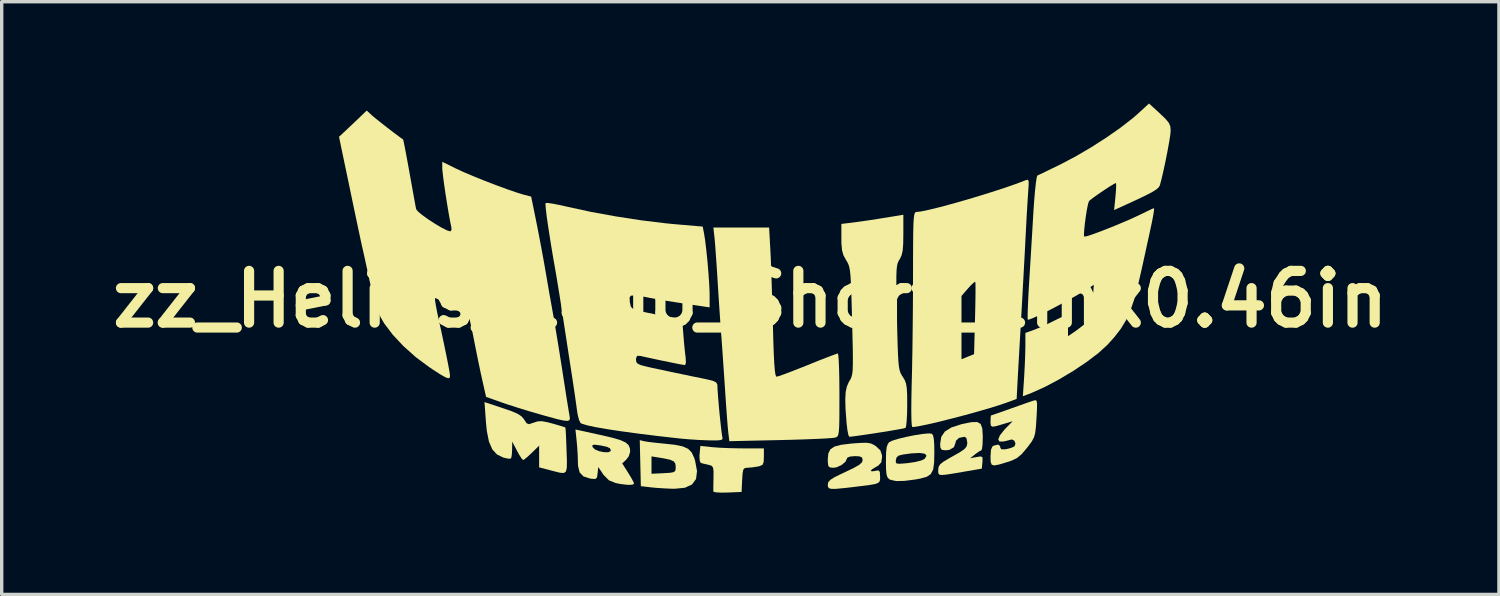
<source format=kicad_pcb>
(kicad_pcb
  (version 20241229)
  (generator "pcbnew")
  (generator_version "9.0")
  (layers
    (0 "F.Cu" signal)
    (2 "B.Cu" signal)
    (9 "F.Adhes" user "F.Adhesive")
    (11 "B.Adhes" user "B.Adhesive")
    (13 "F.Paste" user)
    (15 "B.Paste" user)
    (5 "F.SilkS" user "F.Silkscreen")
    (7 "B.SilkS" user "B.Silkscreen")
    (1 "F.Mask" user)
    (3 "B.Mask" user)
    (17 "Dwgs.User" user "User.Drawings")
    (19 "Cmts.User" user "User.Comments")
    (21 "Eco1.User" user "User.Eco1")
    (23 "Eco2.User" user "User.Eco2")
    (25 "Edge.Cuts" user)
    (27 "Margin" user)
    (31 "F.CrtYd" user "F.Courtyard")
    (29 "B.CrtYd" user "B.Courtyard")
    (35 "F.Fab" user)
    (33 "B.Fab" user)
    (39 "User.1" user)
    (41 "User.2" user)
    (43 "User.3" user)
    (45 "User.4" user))
  (footprint "zz_Helios_Logo_Short_1inx0.46in"
    (layer "F.Cu")
    (at 19.057 5.766)
    (property "Reference" "zz_Helios_Logo_Short_1inx0.46in" (at 0 0 0) (layer "F.SilkS") (effects (font (size 1.524 1.524) (thickness 0.3))))
    (attr board_only exclude_from_pos_files exclude_from_bom)
    (fp_poly (pts (xy -1.126 4.359) (xy -0.914 4.375) (xy -0.634 4.387) (xy -0.333 4.394) (xy -0.191 4.395) (xy 0.4 4.395) (xy 0.4 4.645) (xy 0.393 4.802) (xy 0.358 4.881) (xy 0.271 4.919) (xy 0.221 4.93) (xy 0.048 4.956) (xy -0.09 4.966) (xy -0.163 4.975) (xy -0.205 5.02) (xy -0.227 5.127) (xy -0.24 5.323) (xy -0.257 5.679) (xy -0.671 5.696) (xy -0.872 5.699) (xy -1.021 5.689) (xy -1.088 5.671) (xy -1.089 5.668) (xy -1.09 5.59) (xy -1.088 5.435) (xy -1.085 5.268) (xy -1.083 5.073) (xy -1.097 4.963) (xy -1.138 4.909) (xy -1.217 4.882) (xy -1.238 4.878) (xy -1.375 4.846) (xy -1.458 4.825) (xy -1.49 4.762) (xy -1.498 4.622) (xy -1.494 4.565) (xy -1.471 4.323)) (stroke (width 0) (type solid)) (fill yes) (layer "F.SilkS"))
    (fp_poly (pts (xy -3.127 4.184) (xy -3.009 4.204) (xy -2.815 4.227) (xy -2.584 4.251) (xy -2.54 4.255) (xy -2.217 4.29) (xy -1.988 4.338) (xy -1.831 4.409) (xy -1.727 4.516) (xy -1.655 4.67) (xy -1.627 4.757) (xy -1.57 5.063) (xy -1.599 5.297) (xy -1.718 5.459) (xy -1.927 5.555) (xy -2.231 5.585) (xy -2.277 5.585) (xy -2.53 5.574) (xy -2.788 5.557) (xy -2.94 5.542) (xy -3.225 5.508) (xy -3.241 4.831) (xy -3.246 4.631) (xy -2.911 4.631) (xy -2.911 5.143) (xy -2.554 5.126) (xy -2.36 5.114) (xy -2.253 5.093) (xy -2.208 5.051) (xy -2.198 4.972) (xy -2.198 4.941) (xy -2.208 4.845) (xy -2.253 4.78) (xy -2.355 4.732) (xy -2.535 4.692) (xy -2.697 4.665) (xy -2.911 4.631) (xy -3.246 4.631) (xy -3.257 4.153)) (stroke (width 0) (type solid)) (fill yes) (layer "F.SilkS"))
    (fp_poly (pts (xy 5.343 3.961) (xy 5.383 4.007) (xy 5.407 4.117) (xy 5.42 4.311) (xy 5.422 4.527) (xy 5.416 4.821) (xy 5.386 5.023) (xy 5.317 5.153) (xy 5.195 5.234) (xy 5.004 5.286) (xy 4.874 5.31) (xy 4.542 5.353) (xy 4.301 5.358) (xy 4.136 5.323) (xy 4.095 5.304) (xy 4.045 5.255) (xy 4.014 5.164) (xy 3.999 5.007) (xy 3.996 4.801) (xy 4.285 4.801) (xy 4.309 4.839) (xy 4.388 4.849) (xy 4.544 4.838) (xy 4.661 4.826) (xy 4.871 4.794) (xy 5.042 4.75) (xy 5.135 4.705) (xy 5.193 4.612) (xy 5.145 4.554) (xy 4.996 4.53) (xy 4.749 4.542) (xy 4.702 4.548) (xy 4.493 4.577) (xy 4.372 4.608) (xy 4.314 4.654) (xy 4.291 4.725) (xy 4.29 4.73) (xy 4.285 4.801) (xy 3.996 4.801) (xy 3.996 4.772) (xy 4 4.522) (xy 4.018 4.36) (xy 4.054 4.261) (xy 4.095 4.211) (xy 4.194 4.164) (xy 4.372 4.11) (xy 4.598 4.056) (xy 4.841 4.007) (xy 5.067 3.971) (xy 5.246 3.954)) (stroke (width 0) (type solid)) (fill yes) (layer "F.SilkS"))
    (fp_poly (pts (xy -7.294 3.209) (xy -7.03 3.301) (xy -6.853 3.377) (xy -6.742 3.451) (xy -6.671 3.533) (xy -6.662 3.549) (xy -6.591 3.655) (xy -6.52 3.682) (xy -6.4 3.643) (xy -6.383 3.637) (xy -6.264 3.599) (xy -6.142 3.594) (xy -5.979 3.624) (xy -5.83 3.663) (xy -5.643 3.716) (xy -5.505 3.759) (xy -5.449 3.78) (xy -5.442 3.84) (xy -5.432 3.991) (xy -5.423 4.21) (xy -5.414 4.466) (xy -5.404 4.762) (xy -5.406 4.96) (xy -5.431 5.074) (xy -5.493 5.12) (xy -5.605 5.113) (xy -5.78 5.07) (xy -5.893 5.04) (xy -6.222 4.954) (xy -6.222 4.315) (xy -6.438 4.526) (xy -6.566 4.645) (xy -6.662 4.722) (xy -6.694 4.738) (xy -6.74 4.691) (xy -6.816 4.572) (xy -6.874 4.466) (xy -7.015 4.195) (xy -7.018 4.428) (xy -7.027 4.582) (xy -7.045 4.681) (xy -7.052 4.693) (xy -7.123 4.699) (xy -7.254 4.672) (xy -7.279 4.665) (xy -7.465 4.574) (xy -7.603 4.422) (xy -7.701 4.194) (xy -7.764 3.878) (xy -7.79 3.611) (xy -7.832 3.031)) (stroke (width 0) (type solid)) (fill yes) (layer "F.SilkS"))
    (fp_poly (pts (xy -4.419 3.999) (xy -4.082 4.077) (xy -3.842 4.146) (xy -3.684 4.215) (xy -3.591 4.293) (xy -3.548 4.389) (xy -3.539 4.489) (xy -3.579 4.625) (xy -3.656 4.728) (xy -3.774 4.838) (xy -3.599 5.113) (xy -3.504 5.27) (xy -3.441 5.389) (xy -3.425 5.434) (xy -3.476 5.466) (xy -3.614 5.47) (xy -3.815 5.446) (xy -3.967 5.416) (xy -4.164 5.337) (xy -4.316 5.184) (xy -4.338 5.154) (xy -4.481 4.944) (xy -4.499 5.132) (xy -4.518 5.253) (xy -4.567 5.298) (xy -4.681 5.29) (xy -4.727 5.282) (xy -4.917 5.22) (xy -5.028 5.105) (xy -5.075 4.915) (xy -5.08 4.792) (xy -5.086 4.579) (xy -5.103 4.325) (xy -5.105 4.3) (xy -4.653 4.3) (xy -4.649 4.353) (xy -4.648 4.356) (xy -4.579 4.425) (xy -4.453 4.478) (xy -4.309 4.508) (xy -4.183 4.509) (xy -4.114 4.474) (xy -4.11 4.456) (xy -4.133 4.395) (xy -4.218 4.351) (xy -4.388 4.313) (xy -4.444 4.304) (xy -4.592 4.286) (xy -4.653 4.3) (xy -5.105 4.3) (xy -5.116 4.183) (xy -5.152 3.839)) (stroke (width 0) (type solid)) (fill yes) (layer "F.SilkS"))
    (fp_poly (pts (xy 6.786 3.674) (xy 6.835 3.805) (xy 6.849 4.022) (xy 6.849 4.088) (xy 6.843 4.275) (xy 6.827 4.407) (xy 6.807 4.453) (xy 6.737 4.487) (xy 6.626 4.567) (xy 6.621 4.571) (xy 6.478 4.687) (xy 6.668 4.65) (xy 6.795 4.631) (xy 6.843 4.665) (xy 6.841 4.778) (xy 6.839 4.802) (xy 6.821 4.992) (xy 6.25 5.09) (xy 5.956 5.14) (xy 5.756 5.17) (xy 5.632 5.18) (xy 5.567 5.167) (xy 5.541 5.129) (xy 5.536 5.066) (xy 5.537 5.028) (xy 5.547 4.941) (xy 5.592 4.866) (xy 5.691 4.786) (xy 5.865 4.683) (xy 5.965 4.627) (xy 6.175 4.508) (xy 6.303 4.421) (xy 6.368 4.347) (xy 6.391 4.267) (xy 6.393 4.222) (xy 6.368 4.09) (xy 6.312 4.053) (xy 6.15 4.085) (xy 6.06 4.17) (xy 6.05 4.219) (xy 6.001 4.359) (xy 5.865 4.439) (xy 5.754 4.452) (xy 5.644 4.439) (xy 5.601 4.376) (xy 5.594 4.26) (xy 5.627 4.054) (xy 5.734 3.897) (xy 5.929 3.777) (xy 6.223 3.682) (xy 6.247 3.677) (xy 6.51 3.623) (xy 6.684 3.618)) (stroke (width 0) (type solid)) (fill yes) (layer "F.SilkS"))
    (fp_poly (pts (xy 3.555 4.251) (xy 3.648 4.296) (xy 3.705 4.334) (xy 3.832 4.454) (xy 3.879 4.594) (xy 3.881 4.654) (xy 3.859 4.806) (xy 3.772 4.902) (xy 3.71 4.937) (xy 3.58 5.016) (xy 3.546 5.064) (xy 3.609 5.071) (xy 3.682 5.057) (xy 3.777 5.043) (xy 3.816 5.088) (xy 3.824 5.219) (xy 3.824 5.221) (xy 3.824 5.308) (xy 3.81 5.37) (xy 3.765 5.413) (xy 3.673 5.446) (xy 3.514 5.474) (xy 3.272 5.505) (xy 3.047 5.532) (xy 2.74 5.567) (xy 2.529 5.587) (xy 2.395 5.589) (xy 2.322 5.571) (xy 2.29 5.533) (xy 2.283 5.471) (xy 2.283 5.46) (xy 2.298 5.39) (xy 2.355 5.325) (xy 2.473 5.249) (xy 2.67 5.151) (xy 2.797 5.092) (xy 3.044 4.974) (xy 3.201 4.885) (xy 3.285 4.812) (xy 3.31 4.746) (xy 3.311 4.741) (xy 3.292 4.664) (xy 3.218 4.63) (xy 3.082 4.623) (xy 2.939 4.636) (xy 2.86 4.668) (xy 2.854 4.68) (xy 2.805 4.787) (xy 2.685 4.888) (xy 2.535 4.955) (xy 2.454 4.966) (xy 2.349 4.958) (xy 2.299 4.915) (xy 2.284 4.805) (xy 2.283 4.71) (xy 2.299 4.543) (xy 2.358 4.424) (xy 2.477 4.343) (xy 2.673 4.29) (xy 2.962 4.255) (xy 3.034 4.248) (xy 3.28 4.232) (xy 3.443 4.231)) (stroke (width 0) (type solid)) (fill yes) (layer "F.SilkS"))
    (fp_poly (pts (xy 8.436 2.999) (xy 8.449 3.075) (xy 8.447 3.223) (xy 8.435 3.462) (xy 8.432 3.508) (xy 8.415 3.766) (xy 8.393 3.944) (xy 8.357 4.074) (xy 8.294 4.19) (xy 8.195 4.325) (xy 8.152 4.38) (xy 7.999 4.561) (xy 7.863 4.676) (xy 7.701 4.755) (xy 7.563 4.801) (xy 7.332 4.87) (xy 7.189 4.898) (xy 7.114 4.876) (xy 7.083 4.799) (xy 7.078 4.657) (xy 7.078 4.629) (xy 7.091 4.438) (xy 7.134 4.338) (xy 7.168 4.316) (xy 7.301 4.283) (xy 7.358 4.324) (xy 7.363 4.365) (xy 7.392 4.42) (xy 7.493 4.424) (xy 7.549 4.415) (xy 7.692 4.378) (xy 7.783 4.336) (xy 7.785 4.334) (xy 7.813 4.253) (xy 7.779 4.167) (xy 7.707 4.132) (xy 7.694 4.134) (xy 7.585 4.163) (xy 7.463 4.192) (xy 7.341 4.193) (xy 7.306 4.129) (xy 7.355 4.01) (xy 7.487 3.844) (xy 7.518 3.811) (xy 7.731 3.594) (xy 7.447 3.68) (xy 7.252 3.737) (xy 7.141 3.757) (xy 7.091 3.732) (xy 7.078 3.659) (xy 7.078 3.596) (xy 7.082 3.476) (xy 7.092 3.425) (xy 7.093 3.425) (xy 7.149 3.407) (xy 7.29 3.358) (xy 7.493 3.287) (xy 7.678 3.221) (xy 7.925 3.133) (xy 8.141 3.057) (xy 8.297 3.003) (xy 8.357 2.984) (xy 8.406 2.975)) (stroke (width 0) (type solid)) (fill yes) (layer "F.SilkS"))
    (fp_poly (pts (xy 0.59 -1.47) (xy 0.602 -1.233) (xy 0.615 -0.907) (xy 0.628 -0.514) (xy 0.642 -0.078) (xy 0.655 0.376) (xy 0.665 0.728) (xy 0.678 1.217) (xy 0.691 1.6) (xy 0.706 1.889) (xy 0.722 2.092) (xy 0.74 2.218) (xy 0.762 2.276) (xy 0.774 2.283) (xy 0.848 2.263) (xy 1.009 2.206) (xy 1.236 2.12) (xy 1.509 2.013) (xy 1.689 1.941) (xy 1.978 1.824) (xy 2.231 1.725) (xy 2.428 1.65) (xy 2.549 1.606) (xy 2.579 1.598) (xy 2.593 1.653) (xy 2.605 1.804) (xy 2.615 2.038) (xy 2.622 2.335) (xy 2.625 2.681) (xy 2.626 2.819) (xy 2.625 3.221) (xy 2.624 3.524) (xy 2.619 3.743) (xy 2.609 3.891) (xy 2.594 3.984) (xy 2.571 4.037) (xy 2.539 4.063) (xy 2.497 4.078) (xy 2.407 4.09) (xy 2.219 4.103) (xy 1.951 4.116) (xy 1.618 4.129) (xy 1.238 4.141) (xy 0.875 4.15) (xy -0.618 4.183) (xy -0.648 3.932) (xy -0.662 3.792) (xy -0.681 3.562) (xy -0.703 3.269) (xy -0.726 2.936) (xy -0.743 2.683) (xy -0.769 2.293) (xy -0.797 1.885) (xy -0.824 1.494) (xy -0.848 1.16) (xy -0.858 1.027) (xy -0.88 0.732) (xy -0.905 0.362) (xy -0.932 -0.043) (xy -0.958 -0.442) (xy -0.967 -0.599) (xy -0.989 -0.943) (xy -1.012 -1.268) (xy -1.032 -1.548) (xy -1.049 -1.756) (xy -1.058 -1.841) (xy -1.088 -2.112) (xy 0.554 -2.112)) (stroke (width 0) (type solid)) (fill yes) (layer "F.SilkS"))
    (fp_poly (pts (xy 4.509 -1.915) (xy 4.505 -1.633) (xy 4.49 -1.438) (xy 4.46 -1.301) (xy 4.412 -1.196) (xy 4.397 -1.173) (xy 4.364 -1.117) (xy 4.339 -1.053) (xy 4.321 -0.968) (xy 4.309 -0.845) (xy 4.303 -0.673) (xy 4.303 -0.436) (xy 4.307 -0.121) (xy 4.315 0.288) (xy 4.321 0.54) (xy 4.331 1) (xy 4.341 1.361) (xy 4.352 1.637) (xy 4.364 1.841) (xy 4.379 1.989) (xy 4.4 2.095) (xy 4.426 2.173) (xy 4.46 2.237) (xy 4.489 2.282) (xy 4.549 2.381) (xy 4.588 2.484) (xy 4.61 2.618) (xy 4.621 2.811) (xy 4.623 3.088) (xy 4.623 3.121) (xy 4.619 3.379) (xy 4.607 3.594) (xy 4.59 3.74) (xy 4.572 3.792) (xy 4.505 3.809) (xy 4.35 3.838) (xy 4.132 3.875) (xy 3.876 3.917) (xy 3.608 3.959) (xy 3.352 3.997) (xy 3.133 4.028) (xy 2.977 4.048) (xy 2.916 4.053) (xy 2.89 4) (xy 2.862 3.861) (xy 2.838 3.664) (xy 2.834 3.616) (xy 2.806 3.238) (xy 2.798 2.953) (xy 2.81 2.739) (xy 2.844 2.576) (xy 2.901 2.444) (xy 2.918 2.414) (xy 2.954 2.353) (xy 2.982 2.289) (xy 3.002 2.209) (xy 3.015 2.099) (xy 3.021 1.943) (xy 3.022 1.729) (xy 3.019 1.442) (xy 3.01 1.068) (xy 2.999 0.638) (xy 2.987 0.171) (xy 2.976 -0.195) (xy 2.965 -0.476) (xy 2.952 -0.686) (xy 2.937 -0.838) (xy 2.916 -0.948) (xy 2.89 -1.029) (xy 2.857 -1.096) (xy 2.821 -1.155) (xy 2.745 -1.293) (xy 2.703 -1.44) (xy 2.685 -1.635) (xy 2.683 -1.793) (xy 2.683 -2.218) (xy 3.011 -2.258) (xy 3.214 -2.285) (xy 3.486 -2.324) (xy 3.78 -2.37) (xy 3.924 -2.393) (xy 4.509 -2.489)) (stroke (width 0) (type solid)) (fill yes) (layer "F.SilkS"))
    (fp_poly (pts (xy 8.2 -3.483) (xy 8.202 -3.373) (xy 8.191 -3.217) (xy 8.18 -3.055) (xy 8.164 -2.804) (xy 8.145 -2.486) (xy 8.126 -2.126) (xy 8.106 -1.748) (xy 8.104 -1.712) (xy 8.083 -1.299) (xy 8.056 -0.808) (xy 8.027 -0.276) (xy 7.997 0.26) (xy 7.969 0.764) (xy 7.96 0.913) (xy 7.936 1.327) (xy 7.914 1.717) (xy 7.894 2.066) (xy 7.878 2.354) (xy 7.867 2.562) (xy 7.862 2.653) (xy 7.848 2.937) (xy 7.563 3.043) (xy 7.331 3.122) (xy 7.034 3.214) (xy 6.691 3.313) (xy 6.323 3.415) (xy 5.951 3.512) (xy 5.596 3.602) (xy 5.277 3.676) (xy 5.016 3.732) (xy 4.832 3.763) (xy 4.774 3.767) (xy 4.757 3.711) (xy 4.747 3.549) (xy 4.743 3.287) (xy 4.746 2.932) (xy 4.755 2.493) (xy 4.757 2.44) (xy 4.767 2.026) (xy 4.771 1.77) (xy 6.222 1.77) (xy 6.407 1.694) (xy 6.593 1.619) (xy 6.621 0.567) (xy 6.629 0.232) (xy 6.634 -0.062) (xy 6.636 -0.296) (xy 6.634 -0.453) (xy 6.63 -0.514) (xy 6.585 -0.491) (xy 6.492 -0.402) (xy 6.416 -0.319) (xy 6.222 -0.095) (xy 6.222 1.77) (xy 4.771 1.77) (xy 4.776 1.528) (xy 4.783 0.975) (xy 4.789 0.399) (xy 4.793 -0.171) (xy 4.794 -0.704) (xy 4.794 -0.728) (xy 4.795 -1.237) (xy 4.797 -1.644) (xy 4.8 -1.96) (xy 4.806 -2.195) (xy 4.815 -2.362) (xy 4.828 -2.471) (xy 4.845 -2.534) (xy 4.866 -2.563) (xy 4.887 -2.569) (xy 5.031 -2.586) (xy 5.264 -2.635) (xy 5.568 -2.709) (xy 5.923 -2.804) (xy 6.311 -2.914) (xy 6.712 -3.033) (xy 7.108 -3.156) (xy 7.48 -3.277) (xy 7.809 -3.391) (xy 8.077 -3.492) (xy 8.119 -3.509) (xy 8.174 -3.521)) (stroke (width 0) (type solid)) (fill yes) (layer "F.SilkS"))
    (fp_poly (pts (xy -5.812 -2.813) (xy -5.596 -2.771) (xy -5.363 -2.718) (xy -4.694 -2.573) (xy -3.962 -2.44) (xy -3.216 -2.325) (xy -2.506 -2.238) (xy -2.219 -2.21) (xy -1.403 -2.14) (xy -1.363 -1.94) (xy -1.331 -1.736) (xy -1.297 -1.451) (xy -1.263 -1.122) (xy -1.234 -0.78) (xy -1.212 -0.462) (xy -1.2 -0.201) (xy -1.199 -0.12) (xy -1.199 0.241) (xy -1.384 0.213) (xy -1.518 0.193) (xy -1.731 0.161) (xy -1.991 0.122) (xy -2.186 0.092) (xy -2.467 0.048) (xy -2.733 0.003) (xy -2.946 -0.036) (xy -3.042 -0.056) (xy -3.23 -0.092) (xy -3.397 -0.112) (xy -3.428 -0.113) (xy -3.524 -0.102) (xy -3.557 -0.045) (xy -3.55 0.085) (xy -3.519 0.222) (xy -3.446 0.294) (xy -3.319 0.334) (xy -3.064 0.391) (xy -2.767 0.452) (xy -2.477 0.508) (xy -2.242 0.549) (xy -2.217 0.553) (xy -2.008 0.584) (xy -1.972 1.048) (xy -1.951 1.3) (xy -1.928 1.535) (xy -1.907 1.709) (xy -1.905 1.727) (xy -1.897 1.868) (xy -1.92 1.938) (xy -1.929 1.941) (xy -2.003 1.929) (xy -2.163 1.899) (xy -2.384 1.854) (xy -2.642 1.801) (xy -2.91 1.744) (xy -3.164 1.688) (xy -3.239 1.671) (xy -3.336 1.669) (xy -3.367 1.744) (xy -3.368 1.781) (xy -3.358 1.852) (xy -3.314 1.903) (xy -3.212 1.946) (xy -3.03 1.992) (xy -2.925 2.016) (xy -2.36 2.137) (xy -1.757 2.263) (xy -1.299 2.357) (xy -1.109 2.402) (xy -1.008 2.45) (xy -0.972 2.512) (xy -0.97 2.539) (xy -0.964 2.674) (xy -0.949 2.882) (xy -0.928 3.134) (xy -0.903 3.402) (xy -0.876 3.658) (xy -0.852 3.874) (xy -0.832 4.022) (xy -0.823 4.067) (xy -0.818 4.118) (xy -0.859 4.147) (xy -0.966 4.16) (xy -1.162 4.16) (xy -1.209 4.159) (xy -1.496 4.148) (xy -1.818 4.127) (xy -2.055 4.106) (xy -2.691 4.035) (xy -3.267 3.964) (xy -3.776 3.895) (xy -4.208 3.83) (xy -4.556 3.77) (xy -4.811 3.715) (xy -4.965 3.668) (xy -4.999 3.649) (xy -5.044 3.564) (xy -5.085 3.408) (xy -5.103 3.295) (xy -5.127 3.12) (xy -5.163 2.866) (xy -5.207 2.569) (xy -5.25 2.283) (xy -5.299 1.966) (xy -5.359 1.578) (xy -5.423 1.16) (xy -5.486 0.752) (xy -5.509 0.599) (xy -5.565 0.238) (xy -5.622 -0.124) (xy -5.676 -0.453) (xy -5.72 -0.719) (xy -5.739 -0.828) (xy -5.822 -1.303) (xy -5.893 -1.737) (xy -5.952 -2.115) (xy -5.997 -2.426) (xy -6.025 -2.658) (xy -6.035 -2.798) (xy -6.031 -2.835) (xy -5.965 -2.836)) (stroke (width 0) (type solid)) (fill yes) (layer "F.SilkS"))
    (fp_poly (pts (xy -11.145 -5.414) (xy -11.044 -5.329) (xy -10.882 -5.2) (xy -10.689 -5.049) (xy -10.494 -4.9) (xy -10.328 -4.776) (xy -10.23 -4.707) (xy -10.215 -4.65) (xy -10.185 -4.5) (xy -10.141 -4.273) (xy -10.089 -3.99) (xy -10.042 -3.732) (xy -9.984 -3.407) (xy -9.931 -3.114) (xy -9.888 -2.876) (xy -9.858 -2.713) (xy -9.846 -2.653) (xy -9.791 -2.583) (xy -9.661 -2.476) (xy -9.484 -2.349) (xy -9.287 -2.221) (xy -9.095 -2.108) (xy -8.936 -2.028) (xy -8.838 -1.998) (xy -8.803 -2.044) (xy -8.809 -2.126) (xy -8.844 -2.29) (xy -8.887 -2.526) (xy -8.933 -2.805) (xy -8.98 -3.1) (xy -9.021 -3.382) (xy -9.053 -3.624) (xy -9.072 -3.798) (xy -9.076 -3.856) (xy -9.076 -4.049) (xy -8.69 -3.858) (xy -8.461 -3.752) (xy -8.162 -3.625) (xy -7.823 -3.488) (xy -7.474 -3.354) (xy -7.145 -3.233) (xy -6.866 -3.138) (xy -6.696 -3.086) (xy -6.457 -3.023) (xy -6.372 -2.61) (xy -6.275 -2.129) (xy -6.177 -1.62) (xy -6.087 -1.132) (xy -6.019 -0.742) (xy -5.972 -0.466) (xy -5.916 -0.145) (xy -5.862 0.155) (xy -5.859 0.171) (xy -5.765 0.703) (xy -5.664 1.312) (xy -5.553 2.01) (xy -5.476 2.505) (xy -5.43 2.803) (xy -5.387 3.072) (xy -5.352 3.287) (xy -5.329 3.42) (xy -5.327 3.433) (xy -5.316 3.512) (xy -5.329 3.563) (xy -5.382 3.585) (xy -5.489 3.577) (xy -5.665 3.539) (xy -5.924 3.47) (xy -6.193 3.394) (xy -6.513 3.301) (xy -6.845 3.199) (xy -7.146 3.102) (xy -7.331 3.039) (xy -7.785 2.878) (xy -7.888 2.423) (xy -7.942 2.178) (xy -8.008 1.864) (xy -8.077 1.526) (xy -8.128 1.267) (xy -8.181 0.998) (xy -8.229 0.773) (xy -8.266 0.613) (xy -8.288 0.541) (xy -8.289 0.539) (xy -8.364 0.484) (xy -8.504 0.395) (xy -8.683 0.288) (xy -8.876 0.176) (xy -9.057 0.076) (xy -9.2 0.001) (xy -9.281 -0.034) (xy -9.289 -0.034) (xy -9.289 0.03) (xy -9.266 0.179) (xy -9.226 0.39) (xy -9.191 0.553) (xy -9.103 0.953) (xy -9.023 1.329) (xy -8.954 1.664) (xy -8.899 1.941) (xy -8.862 2.143) (xy -8.847 2.254) (xy -8.847 2.26) (xy -8.858 2.315) (xy -8.9 2.33) (xy -8.987 2.298) (xy -9.133 2.215) (xy -9.352 2.074) (xy -9.462 2) (xy -9.851 1.711) (xy -10.216 1.386) (xy -10.534 1.047) (xy -10.784 0.717) (xy -10.895 0.528) (xy -10.981 0.32) (xy -11.073 0.034) (xy -11.161 -0.296) (xy -11.211 -0.514) (xy -11.274 -0.809) (xy -11.334 -1.084) (xy -11.383 -1.31) (xy -11.416 -1.455) (xy -11.416 -1.456) (xy -11.437 -1.547) (xy -11.468 -1.687) (xy -11.51 -1.884) (xy -11.566 -2.147) (xy -11.637 -2.483) (xy -11.725 -2.902) (xy -11.831 -3.412) (xy -11.959 -4.022) (xy -12.021 -4.319) (xy -12.118 -4.786) (xy -11.895 -4.994) (xy -11.722 -5.157) (xy -11.547 -5.323) (xy -11.487 -5.381) (xy -11.302 -5.559)) (stroke (width 0) (type solid)) (fill yes) (layer "F.SilkS"))
    (fp_poly (pts (xy 12.067 -5.474) (xy 12.234 -5.314) (xy 12.331 -5.197) (xy 12.375 -5.092) (xy 12.386 -4.97) (xy 12.386 -4.968) (xy 12.374 -4.84) (xy 12.341 -4.63) (xy 12.293 -4.367) (xy 12.236 -4.079) (xy 12.175 -3.794) (xy 12.117 -3.543) (xy 12.066 -3.353) (xy 12.066 -3.352) (xy 12.032 -3.295) (xy 11.958 -3.23) (xy 11.828 -3.15) (xy 11.628 -3.047) (xy 11.345 -2.913) (xy 11.148 -2.822) (xy 10.719 -2.627) (xy 10.759 -3.026) (xy 10.775 -3.222) (xy 10.78 -3.364) (xy 10.773 -3.424) (xy 10.772 -3.425) (xy 10.709 -3.394) (xy 10.581 -3.316) (xy 10.419 -3.21) (xy 10.249 -3.094) (xy 10.1 -2.988) (xy 10.001 -2.911) (xy 9.979 -2.889) (xy 9.951 -2.806) (xy 9.919 -2.647) (xy 9.886 -2.446) (xy 9.858 -2.233) (xy 9.838 -2.04) (xy 9.83 -1.9) (xy 9.837 -1.845) (xy 9.9 -1.853) (xy 10.046 -1.898) (xy 10.256 -1.974) (xy 10.507 -2.071) (xy 10.781 -2.181) (xy 11.055 -2.296) (xy 11.31 -2.409) (xy 11.524 -2.51) (xy 11.543 -2.519) (xy 11.714 -2.603) (xy 11.841 -2.662) (xy 11.892 -2.683) (xy 11.897 -2.638) (xy 11.877 -2.5) (xy 11.832 -2.264) (xy 11.759 -1.924) (xy 11.738 -1.827) (xy 11.688 -1.601) (xy 11.625 -1.312) (xy 11.559 -1.009) (xy 11.531 -0.885) (xy 11.417 -0.388) (xy 11.308 0.016) (xy 11.193 0.348) (xy 11.065 0.628) (xy 10.912 0.878) (xy 10.726 1.118) (xy 10.521 1.345) (xy 10.261 1.583) (xy 9.92 1.842) (xy 9.525 2.107) (xy 9.104 2.359) (xy 8.682 2.583) (xy 8.287 2.761) (xy 8.196 2.796) (xy 8.031 2.858) (xy 8.068 2.299) (xy 8.084 2.004) (xy 8.097 1.7) (xy 8.104 1.44) (xy 8.105 1.367) (xy 8.105 0.993) (xy 8.319 0.918) (xy 8.479 0.854) (xy 8.695 0.758) (xy 8.919 0.651) (xy 8.922 0.649) (xy 9.11 0.557) (xy 9.256 0.489) (xy 9.331 0.457) (xy 9.335 0.457) (xy 9.349 0.508) (xy 9.359 0.642) (xy 9.361 0.773) (xy 9.361 1.09) (xy 9.619 0.913) (xy 9.82 0.758) (xy 9.951 0.604) (xy 10.03 0.418) (xy 10.074 0.167) (xy 10.088 0.02) (xy 10.121 -0.425) (xy 9.984 -0.335) (xy 9.776 -0.207) (xy 9.527 -0.062) (xy 9.255 0.089) (xy 8.978 0.237) (xy 8.715 0.372) (xy 8.485 0.485) (xy 8.306 0.565) (xy 8.198 0.603) (xy 8.175 0.603) (xy 8.171 0.541) (xy 8.173 0.383) (xy 8.182 0.148) (xy 8.196 -0.146) (xy 8.214 -0.467) (xy 8.241 -0.906) (xy 8.272 -1.408) (xy 8.303 -1.921) (xy 8.331 -2.395) (xy 8.341 -2.569) (xy 8.364 -2.903) (xy 8.389 -3.196) (xy 8.415 -3.43) (xy 8.438 -3.585) (xy 8.458 -3.645) (xy 8.528 -3.677) (xy 8.678 -3.748) (xy 8.887 -3.85) (xy 9.134 -3.97) (xy 9.146 -3.976) (xy 9.585 -4.207) (xy 10.044 -4.476) (xy 10.495 -4.765) (xy 10.91 -5.055) (xy 11.262 -5.329) (xy 11.397 -5.445) (xy 11.748 -5.766)) (stroke (width 0) (type solid)) (fill yes) (layer "F.SilkS")))
  (gr_rect
    (start -3 -3)
    (end 41.115 14.464)
    (stroke (width 0.1) (type default))
    (fill no)
    (layer "Edge.Cuts")))
</source>
